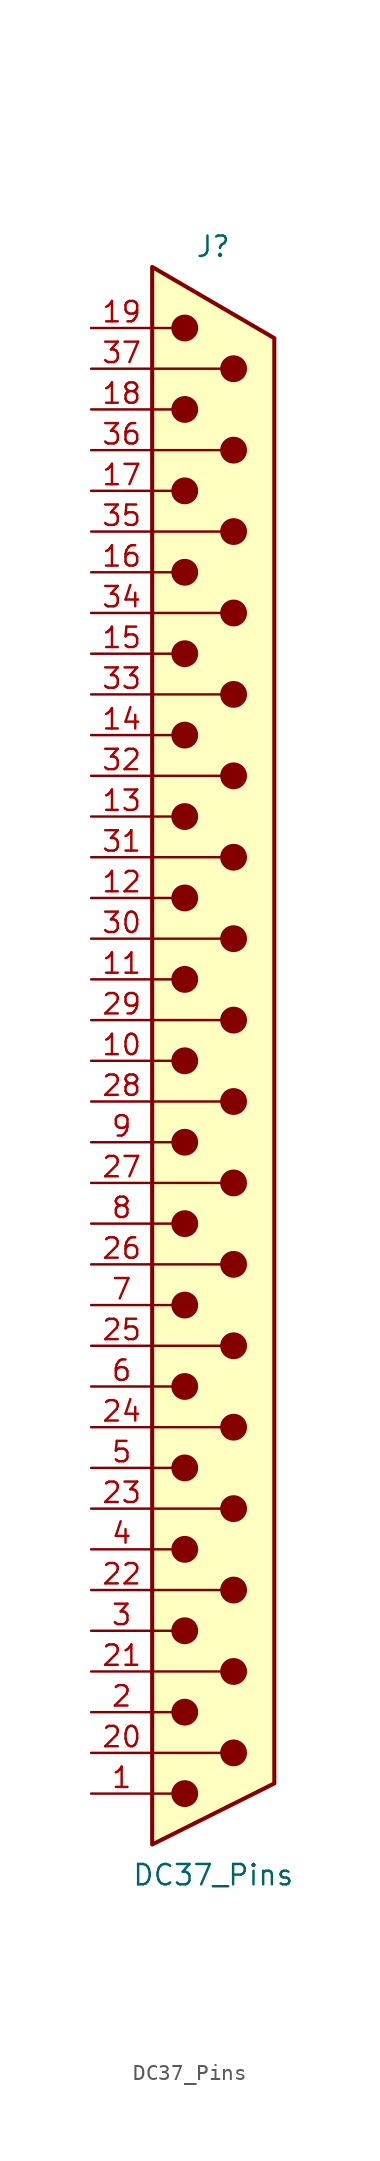
<source format=kicad_sym>
(kicad_symbol_lib
  (version 20241209)
  (generator "kicad_symbol_editor")
  (generator_version "9.0")
  (symbol "DC37_Pins"
    (pin_names
      (offset 1.016)
      (hide yes))
    (property "Reference" "J"
      (at 0 50.8 0)
      (effects (font (size 1.27 1.27))))
    (property "Value" "DC37_Pins"
      (at 0 -50.8 0)
      (effects (font (size 1.27 1.27))))
    (symbol "DC37_Pins_0_1"
      (polyline (pts (xy -3.81 49.53) (xy 3.81 45.085) (xy 3.81 -45.085) (xy -3.81 -48.895) (xy -3.81 49.53)) (stroke (width 0.254) (type default)) (fill (type background)))
      (polyline (pts (xy -3.81 45.72) (xy -2.54 45.72)) (stroke (width 0) (type default)) (fill (type none)))
      (polyline (pts (xy -3.81 43.18) (xy 0.508 43.18)) (stroke (width 0) (type default)) (fill (type none)))
      (polyline (pts (xy -3.81 40.64) (xy -2.54 40.64)) (stroke (width 0) (type default)) (fill (type none)))
      (polyline (pts (xy -3.81 38.1) (xy 0.508 38.1)) (stroke (width 0) (type default)) (fill (type none)))
      (polyline (pts (xy -3.81 35.56) (xy -2.54 35.56)) (stroke (width 0) (type default)) (fill (type none)))
      (polyline (pts (xy -3.81 33.02) (xy 0.508 33.02)) (stroke (width 0) (type default)) (fill (type none)))
      (polyline (pts (xy -3.81 30.48) (xy -2.54 30.48)) (stroke (width 0) (type default)) (fill (type none)))
      (polyline (pts (xy -3.81 27.94) (xy 0.508 27.94)) (stroke (width 0) (type default)) (fill (type none)))
      (polyline (pts (xy -3.81 25.4) (xy -2.54 25.4)) (stroke (width 0) (type default)) (fill (type none)))
      (polyline (pts (xy -3.81 22.86) (xy 0.508 22.86)) (stroke (width 0) (type default)) (fill (type none)))
      (polyline (pts (xy -3.81 20.32) (xy -2.54 20.32)) (stroke (width 0) (type default)) (fill (type none)))
      (polyline (pts (xy -3.81 17.78) (xy 0.508 17.78)) (stroke (width 0) (type default)) (fill (type none)))
      (polyline (pts (xy -3.81 15.24) (xy -2.54 15.24)) (stroke (width 0) (type default)) (fill (type none)))
      (polyline (pts (xy -3.81 12.7) (xy 0.508 12.7)) (stroke (width 0) (type default)) (fill (type none)))
      (polyline (pts (xy -3.81 10.16) (xy -2.54 10.16)) (stroke (width 0) (type default)) (fill (type none)))
      (polyline (pts (xy -3.81 7.62) (xy 0.508 7.62)) (stroke (width 0) (type default)) (fill (type none)))
      (polyline (pts (xy -3.81 5.08) (xy -2.54 5.08)) (stroke (width 0) (type default)) (fill (type none)))
      (polyline (pts (xy -3.81 2.54) (xy 0.508 2.54)) (stroke (width 0) (type default)) (fill (type none)))
      (polyline (pts (xy -3.81 0) (xy -2.54 0)) (stroke (width 0) (type default)) (fill (type none)))
      (polyline (pts (xy -3.81 -2.54) (xy 0.508 -2.54)) (stroke (width 0) (type default)) (fill (type none)))
      (polyline (pts (xy -3.81 -5.08) (xy -2.54 -5.08)) (stroke (width 0) (type default)) (fill (type none)))
      (polyline (pts (xy -3.81 -7.62) (xy 0.508 -7.62)) (stroke (width 0) (type default)) (fill (type none)))
      (polyline (pts (xy -3.81 -10.16) (xy -2.54 -10.16)) (stroke (width 0) (type default)) (fill (type none)))
      (polyline (pts (xy -3.81 -12.7) (xy 0.508 -12.7)) (stroke (width 0) (type default)) (fill (type none)))
      (polyline (pts (xy -3.81 -15.24) (xy -2.54 -15.24)) (stroke (width 0) (type default)) (fill (type none)))
      (polyline (pts (xy -3.81 -17.78) (xy 0.508 -17.78)) (stroke (width 0) (type default)) (fill (type none)))
      (polyline (pts (xy -3.81 -20.32) (xy -2.54 -20.32)) (stroke (width 0) (type default)) (fill (type none)))
      (polyline (pts (xy -3.81 -22.86) (xy 0.508 -22.86)) (stroke (width 0) (type default)) (fill (type none)))
      (polyline (pts (xy -3.81 -25.4) (xy -2.54 -25.4)) (stroke (width 0) (type default)) (fill (type none)))
      (polyline (pts (xy -3.81 -27.94) (xy 0.508 -27.94)) (stroke (width 0) (type default)) (fill (type none)))
      (polyline (pts (xy -3.81 -30.48) (xy -2.54 -30.48)) (stroke (width 0) (type default)) (fill (type none)))
      (polyline (pts (xy -3.81 -33.02) (xy 0.508 -33.02)) (stroke (width 0) (type default)) (fill (type none)))
      (polyline (pts (xy -3.81 -35.56) (xy -2.54 -35.56)) (stroke (width 0) (type default)) (fill (type none)))
      (polyline (pts (xy -3.81 -38.1) (xy 0.508 -38.1)) (stroke (width 0) (type default)) (fill (type none)))
      (polyline (pts (xy -3.81 -40.64) (xy -2.54 -40.64)) (stroke (width 0) (type default)) (fill (type none)))
      (polyline (pts (xy -3.81 -43.18) (xy 0.508 -43.18)) (stroke (width 0) (type default)) (fill (type none)))
      (polyline (pts (xy -3.81 -45.72) (xy -2.54 -45.72)) (stroke (width 0) (type default)) (fill (type none)))
      (circle (center -1.778 45.72) (radius 0.762) (stroke (width 0) (type default)) (fill (type outline)))
      (circle (center -1.778 40.64) (radius 0.762) (stroke (width 0) (type default)) (fill (type outline)))
      (circle (center -1.778 35.56) (radius 0.762) (stroke (width 0) (type default)) (fill (type outline)))
      (circle (center -1.778 30.48) (radius 0.762) (stroke (width 0) (type default)) (fill (type outline)))
      (circle (center -1.778 25.4) (radius 0.762) (stroke (width 0) (type default)) (fill (type outline)))
      (circle (center -1.778 20.32) (radius 0.762) (stroke (width 0) (type default)) (fill (type outline)))
      (circle (center -1.778 15.24) (radius 0.762) (stroke (width 0) (type default)) (fill (type outline)))
      (circle (center -1.778 10.16) (radius 0.762) (stroke (width 0) (type default)) (fill (type outline)))
      (circle (center -1.778 5.08) (radius 0.762) (stroke (width 0) (type default)) (fill (type outline)))
      (circle (center -1.778 0) (radius 0.762) (stroke (width 0) (type default)) (fill (type outline)))
      (circle (center -1.778 -5.08) (radius 0.762) (stroke (width 0) (type default)) (fill (type outline)))
      (circle (center -1.778 -10.16) (radius 0.762) (stroke (width 0) (type default)) (fill (type outline)))
      (circle (center -1.778 -15.24) (radius 0.762) (stroke (width 0) (type default)) (fill (type outline)))
      (circle (center -1.778 -20.32) (radius 0.762) (stroke (width 0) (type default)) (fill (type outline)))
      (circle (center -1.778 -25.4) (radius 0.762) (stroke (width 0) (type default)) (fill (type outline)))
      (circle (center -1.778 -30.48) (radius 0.762) (stroke (width 0) (type default)) (fill (type outline)))
      (circle (center -1.778 -35.56) (radius 0.762) (stroke (width 0) (type default)) (fill (type outline)))
      (circle (center -1.778 -40.64) (radius 0.762) (stroke (width 0) (type default)) (fill (type outline)))
      (circle (center -1.778 -45.72) (radius 0.762) (stroke (width 0) (type default)) (fill (type outline)))
      (circle (center 1.27 43.18) (radius 0.762) (stroke (width 0) (type default)) (fill (type outline)))
      (circle (center 1.27 38.1) (radius 0.762) (stroke (width 0) (type default)) (fill (type outline)))
      (circle (center 1.27 33.02) (radius 0.762) (stroke (width 0) (type default)) (fill (type outline)))
      (circle (center 1.27 27.94) (radius 0.762) (stroke (width 0) (type default)) (fill (type outline)))
      (circle (center 1.27 22.86) (radius 0.762) (stroke (width 0) (type default)) (fill (type outline)))
      (circle (center 1.27 17.78) (radius 0.762) (stroke (width 0) (type default)) (fill (type outline)))
      (circle (center 1.27 12.7) (radius 0.762) (stroke (width 0) (type default)) (fill (type outline)))
      (circle (center 1.27 7.62) (radius 0.762) (stroke (width 0) (type default)) (fill (type outline)))
      (circle (center 1.27 2.54) (radius 0.762) (stroke (width 0) (type default)) (fill (type outline)))
      (circle (center 1.27 -2.54) (radius 0.762) (stroke (width 0) (type default)) (fill (type outline)))
      (circle (center 1.27 -7.62) (radius 0.762) (stroke (width 0) (type default)) (fill (type outline)))
      (circle (center 1.27 -12.7) (radius 0.762) (stroke (width 0) (type default)) (fill (type outline)))
      (circle (center 1.27 -17.78) (radius 0.762) (stroke (width 0) (type default)) (fill (type outline)))
      (circle (center 1.27 -22.86) (radius 0.762) (stroke (width 0) (type default)) (fill (type outline)))
      (circle (center 1.27 -27.94) (radius 0.762) (stroke (width 0) (type default)) (fill (type outline)))
      (circle (center 1.27 -33.02) (radius 0.762) (stroke (width 0) (type default)) (fill (type outline)))
      (circle (center 1.27 -38.1) (radius 0.762) (stroke (width 0) (type default)) (fill (type outline)))
      (circle (center 1.27 -43.18) (radius 0.762) (stroke (width 0) (type default)) (fill (type outline))))
    (symbol "DC37_Pins_1_1"
      (pin passive line (at -7.62 45.72 0) (length 3.81) (name "19" (effects (font (size 1.27 1.27)))) (number "19" (effects (font (size 1.27 1.27)))))
      (pin passive line (at -7.62 43.18 0) (length 3.81) (name "37" (effects (font (size 1.27 1.27)))) (number "37" (effects (font (size 1.27 1.27)))))
      (pin passive line (at -7.62 40.64 0) (length 3.81) (name "18" (effects (font (size 1.27 1.27)))) (number "18" (effects (font (size 1.27 1.27)))))
      (pin passive line (at -7.62 38.1 0) (length 3.81) (name "36" (effects (font (size 1.27 1.27)))) (number "36" (effects (font (size 1.27 1.27)))))
      (pin passive line (at -7.62 35.56 0) (length 3.81) (name "17" (effects (font (size 1.27 1.27)))) (number "17" (effects (font (size 1.27 1.27)))))
      (pin passive line (at -7.62 33.02 0) (length 3.81) (name "35" (effects (font (size 1.27 1.27)))) (number "35" (effects (font (size 1.27 1.27)))))
      (pin passive line (at -7.62 30.48 0) (length 3.81) (name "16" (effects (font (size 1.27 1.27)))) (number "16" (effects (font (size 1.27 1.27)))))
      (pin passive line (at -7.62 27.94 0) (length 3.81) (name "34" (effects (font (size 1.27 1.27)))) (number "34" (effects (font (size 1.27 1.27)))))
      (pin passive line (at -7.62 25.4 0) (length 3.81) (name "15" (effects (font (size 1.27 1.27)))) (number "15" (effects (font (size 1.27 1.27)))))
      (pin passive line (at -7.62 22.86 0) (length 3.81) (name "33" (effects (font (size 1.27 1.27)))) (number "33" (effects (font (size 1.27 1.27)))))
      (pin passive line (at -7.62 20.32 0) (length 3.81) (name "14" (effects (font (size 1.27 1.27)))) (number "14" (effects (font (size 1.27 1.27)))))
      (pin passive line (at -7.62 17.78 0) (length 3.81) (name "32" (effects (font (size 1.27 1.27)))) (number "32" (effects (font (size 1.27 1.27)))))
      (pin passive line (at -7.62 15.24 0) (length 3.81) (name "13" (effects (font (size 1.27 1.27)))) (number "13" (effects (font (size 1.27 1.27)))))
      (pin passive line (at -7.62 12.7 0) (length 3.81) (name "31" (effects (font (size 1.27 1.27)))) (number "31" (effects (font (size 1.27 1.27)))))
      (pin passive line (at -7.62 10.16 0) (length 3.81) (name "12" (effects (font (size 1.27 1.27)))) (number "12" (effects (font (size 1.27 1.27)))))
      (pin passive line (at -7.62 7.62 0) (length 3.81) (name "30" (effects (font (size 1.27 1.27)))) (number "30" (effects (font (size 1.27 1.27)))))
      (pin passive line (at -7.62 5.08 0) (length 3.81) (name "11" (effects (font (size 1.27 1.27)))) (number "11" (effects (font (size 1.27 1.27)))))
      (pin passive line (at -7.62 2.54 0) (length 3.81) (name "29" (effects (font (size 1.27 1.27)))) (number "29" (effects (font (size 1.27 1.27)))))
      (pin passive line (at -7.62 0 0) (length 3.81) (name "10" (effects (font (size 1.27 1.27)))) (number "10" (effects (font (size 1.27 1.27)))))
      (pin passive line (at -7.62 -2.54 0) (length 3.81) (name "28" (effects (font (size 1.27 1.27)))) (number "28" (effects (font (size 1.27 1.27)))))
      (pin passive line (at -7.62 -5.08 0) (length 3.81) (name "9" (effects (font (size 1.27 1.27)))) (number "9" (effects (font (size 1.27 1.27)))))
      (pin passive line (at -7.62 -7.62 0) (length 3.81) (name "27" (effects (font (size 1.27 1.27)))) (number "27" (effects (font (size 1.27 1.27)))))
      (pin passive line (at -7.62 -10.16 0) (length 3.81) (name "8" (effects (font (size 1.27 1.27)))) (number "8" (effects (font (size 1.27 1.27)))))
      (pin passive line (at -7.62 -12.7 0) (length 3.81) (name "26" (effects (font (size 1.27 1.27)))) (number "26" (effects (font (size 1.27 1.27)))))
      (pin passive line (at -7.62 -15.24 0) (length 3.81) (name "7" (effects (font (size 1.27 1.27)))) (number "7" (effects (font (size 1.27 1.27)))))
      (pin passive line (at -7.62 -17.78 0) (length 3.81) (name "25" (effects (font (size 1.27 1.27)))) (number "25" (effects (font (size 1.27 1.27)))))
      (pin passive line (at -7.62 -20.32 0) (length 3.81) (name "6" (effects (font (size 1.27 1.27)))) (number "6" (effects (font (size 1.27 1.27)))))
      (pin passive line (at -7.62 -22.86 0) (length 3.81) (name "24" (effects (font (size 1.27 1.27)))) (number "24" (effects (font (size 1.27 1.27)))))
      (pin passive line (at -7.62 -25.4 0) (length 3.81) (name "5" (effects (font (size 1.27 1.27)))) (number "5" (effects (font (size 1.27 1.27)))))
      (pin passive line (at -7.62 -27.94 0) (length 3.81) (name "23" (effects (font (size 1.27 1.27)))) (number "23" (effects (font (size 1.27 1.27)))))
      (pin passive line (at -7.62 -30.48 0) (length 3.81) (name "4" (effects (font (size 1.27 1.27)))) (number "4" (effects (font (size 1.27 1.27)))))
      (pin passive line (at -7.62 -33.02 0) (length 3.81) (name "22" (effects (font (size 1.27 1.27)))) (number "22" (effects (font (size 1.27 1.27)))))
      (pin passive line (at -7.62 -35.56 0) (length 3.81) (name "3" (effects (font (size 1.27 1.27)))) (number "3" (effects (font (size 1.27 1.27)))))
      (pin passive line (at -7.62 -38.1 0) (length 3.81) (name "21" (effects (font (size 1.27 1.27)))) (number "21" (effects (font (size 1.27 1.27)))))
      (pin passive line (at -7.62 -40.64 0) (length 3.81) (name "2" (effects (font (size 1.27 1.27)))) (number "2" (effects (font (size 1.27 1.27)))))
      (pin passive line (at -7.62 -43.18 0) (length 3.81) (name "20" (effects (font (size 1.27 1.27)))) (number "20" (effects (font (size 1.27 1.27)))))
      (pin passive line (at -7.62 -45.72 0) (length 3.81) (name "1" (effects (font (size 1.27 1.27)))) (number "1" (effects (font (size 1.27 1.27))))))))
</source>
